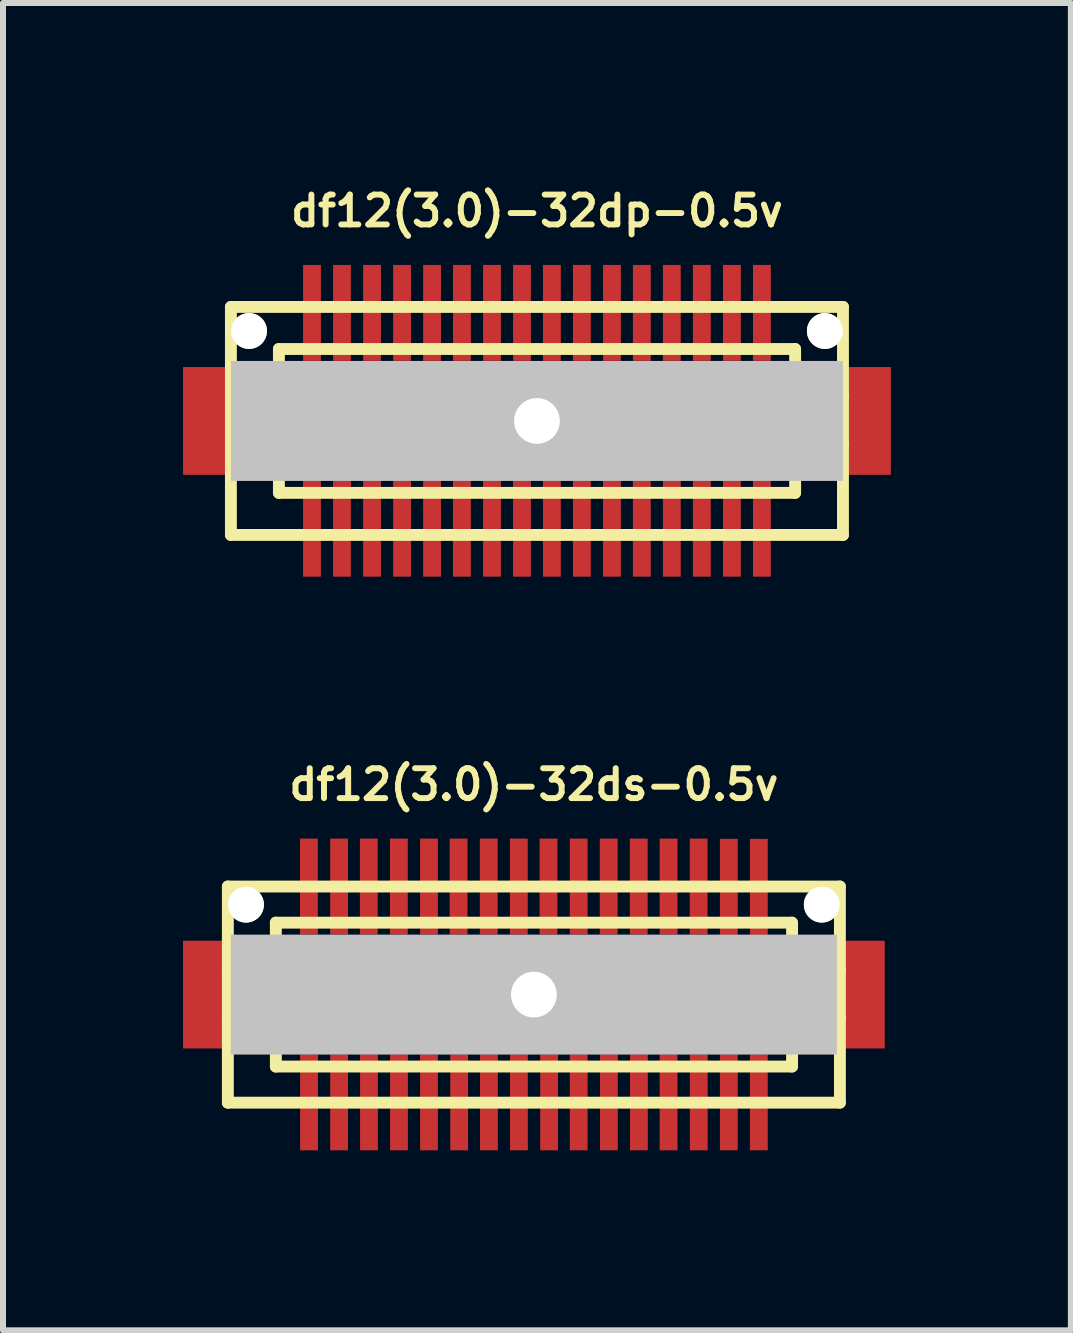
<source format=kicad_pcb>
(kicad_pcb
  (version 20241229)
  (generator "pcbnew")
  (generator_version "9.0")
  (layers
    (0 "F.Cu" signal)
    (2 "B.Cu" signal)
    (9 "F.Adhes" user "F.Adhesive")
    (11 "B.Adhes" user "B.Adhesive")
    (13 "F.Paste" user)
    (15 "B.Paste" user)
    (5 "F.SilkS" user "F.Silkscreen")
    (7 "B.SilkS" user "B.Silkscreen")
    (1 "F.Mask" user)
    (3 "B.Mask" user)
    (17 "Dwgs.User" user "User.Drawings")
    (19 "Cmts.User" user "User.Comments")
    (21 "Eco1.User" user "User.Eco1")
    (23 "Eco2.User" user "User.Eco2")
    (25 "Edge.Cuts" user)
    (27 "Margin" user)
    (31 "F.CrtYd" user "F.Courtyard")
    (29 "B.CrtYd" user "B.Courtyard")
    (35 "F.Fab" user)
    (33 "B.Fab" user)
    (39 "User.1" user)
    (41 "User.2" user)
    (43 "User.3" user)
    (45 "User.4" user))
  (footprint "df12(3.0)-32ds-0.5v"
    (layer "F.Cu")
    (at 5.847 13.525)
    (property "Reference" "df12(3.0)-32ds-0.5v" (at 0 -3.5 0) (layer "F.SilkS") (effects (font (size 0.498 0.498) (thickness 0.099))))
    (attr through_hole)
    (fp_line (start -5.1 -1.801) (end 5.1 -1.801) (stroke (width 0.198) (type solid)) (layer "F.SilkS"))
    (fp_line (start -5.1 1.801) (end -5.1 -1.801) (stroke (width 0.198) (type solid)) (layer "F.SilkS"))
    (fp_line (start -4.3 -1.199) (end 4.3 -1.199) (stroke (width 0.198) (type solid)) (layer "F.SilkS"))
    (fp_line (start -4.3 -0.399) (end -5.1 -0.399) (stroke (width 0.198) (type solid)) (layer "F.SilkS"))
    (fp_line (start -4.3 0.399) (end -5.1 0.399) (stroke (width 0.198) (type solid)) (layer "F.SilkS"))
    (fp_line (start -4.3 0.701) (end 4.3 0.701) (stroke (width 0.198) (type solid)) (layer "F.SilkS"))
    (fp_line (start -4.3 1.199) (end -4.3 -1.199) (stroke (width 0.198) (type solid)) (layer "F.SilkS"))
    (fp_line (start 4.3 -0.701) (end -4.3 -0.701) (stroke (width 0.198) (type solid)) (layer "F.SilkS"))
    (fp_line (start 4.3 1.199) (end -4.3 1.199) (stroke (width 0.198) (type solid)) (layer "F.SilkS"))
    (fp_line (start 4.303 -1.199) (end 4.303 1.199) (stroke (width 0.198) (type solid)) (layer "F.SilkS"))
    (fp_line (start 4.303 -0.399) (end 5.103 -0.399) (stroke (width 0.198) (type solid)) (layer "F.SilkS"))
    (fp_line (start 5.1 -1.801) (end 5.1 1.801) (stroke (width 0.198) (type solid)) (layer "F.SilkS"))
    (fp_line (start 5.1 1.801) (end -5.1 1.801) (stroke (width 0.198) (type solid)) (layer "F.SilkS"))
    (fp_line (start 5.103 0.399) (end 4.303 0.399) (stroke (width 0.198) (type solid)) (layer "F.SilkS"))
    (pad "" smd rect (at -5.448 0) (size 0.798 1.796) (layers "F.Cu" "F.Mask" "F.Paste"))
    (pad "" np_thru_hole circle (at -4.798 -1.499) (size 0.597 0.597) (drill 0.597) (layers "*.Cu" "*.Mask" "F.SilkS"))
    (pad "" np_thru_hole rect (at 0 0) (size 10.099 1.999) (drill 0.762) (layers "Dwgs.User"))
    (pad "" np_thru_hole circle (at 4.798 -1.499) (size 0.597 0.597) (drill 0.597) (layers "*.Cu" "*.Mask" "F.SilkS"))
    (pad "" smd rect (at 5.448 0) (size 0.798 1.796) (layers "F.Cu" "F.Mask" "F.Paste"))
    (pad "1" smd rect (at -3.747 1.796) (size 0.297 1.598) (layers "F.Cu" "F.Mask" "F.Paste"))
    (pad "2" smd rect (at -3.246 1.796) (size 0.297 1.598) (layers "F.Cu" "F.Mask" "F.Paste"))
    (pad "3" smd rect (at -2.748 1.796) (size 0.297 1.598) (layers "F.Cu" "F.Mask" "F.Paste"))
    (pad "4" smd rect (at -2.248 1.796) (size 0.297 1.598) (layers "F.Cu" "F.Mask" "F.Paste"))
    (pad "5" smd rect (at -1.748 1.796) (size 0.297 1.598) (layers "F.Cu" "F.Mask" "F.Paste"))
    (pad "6" smd rect (at -1.245 1.796) (size 0.297 1.598) (layers "F.Cu" "F.Mask" "F.Paste"))
    (pad "7" smd rect (at -0.749 1.796) (size 0.297 1.598) (layers "F.Cu" "F.Mask" "F.Paste"))
    (pad "8" smd rect (at -0.249 1.796) (size 0.297 1.598) (layers "F.Cu" "F.Mask" "F.Paste"))
    (pad "9" smd rect (at 0.254 1.796) (size 0.297 1.598) (layers "F.Cu" "F.Mask" "F.Paste"))
    (pad "10" smd rect (at 0.747 1.796) (size 0.297 1.598) (layers "F.Cu" "F.Mask" "F.Paste"))
    (pad "11" smd rect (at 1.25 1.796) (size 0.297 1.598) (layers "F.Cu" "F.Mask" "F.Paste"))
    (pad "12" smd rect (at 1.75 1.796) (size 0.297 1.598) (layers "F.Cu" "F.Mask" "F.Paste"))
    (pad "13" smd rect (at 2.245 1.796) (size 0.297 1.598) (layers "F.Cu" "F.Mask" "F.Paste"))
    (pad "14" smd rect (at 2.748 1.796) (size 0.297 1.598) (layers "F.Cu" "F.Mask" "F.Paste"))
    (pad "15" smd rect (at 3.249 1.796) (size 0.297 1.598) (layers "F.Cu" "F.Mask" "F.Paste"))
    (pad "16" smd rect (at 3.749 1.796) (size 0.297 1.598) (layers "F.Cu" "F.Mask" "F.Paste"))
    (pad "17" smd rect (at 3.749 -1.796) (size 0.297 1.598) (layers "F.Cu" "F.Mask" "F.Paste"))
    (pad "18" smd rect (at 3.249 -1.796) (size 0.297 1.598) (layers "F.Cu" "F.Mask" "F.Paste"))
    (pad "19" smd rect (at 2.746 -1.801) (size 0.297 1.598) (layers "F.Cu" "F.Mask" "F.Paste"))
    (pad "20" smd rect (at 2.245 -1.801) (size 0.297 1.598) (layers "F.Cu" "F.Mask" "F.Paste"))
    (pad "21" smd rect (at 1.748 -1.801) (size 0.297 1.598) (layers "F.Cu" "F.Mask" "F.Paste"))
    (pad "22" smd rect (at 1.247 -1.801) (size 0.297 1.598) (layers "F.Cu" "F.Mask" "F.Paste"))
    (pad "23" smd rect (at 0.747 -1.801) (size 0.297 1.598) (layers "F.Cu" "F.Mask" "F.Paste"))
    (pad "24" smd rect (at 0.244 -1.801) (size 0.297 1.598) (layers "F.Cu" "F.Mask" "F.Paste"))
    (pad "25" smd rect (at -0.251 -1.801) (size 0.297 1.598) (layers "F.Cu" "F.Mask" "F.Paste"))
    (pad "26" smd rect (at -0.752 -1.801) (size 0.297 1.598) (layers "F.Cu" "F.Mask" "F.Paste"))
    (pad "27" smd rect (at -1.255 -1.801) (size 0.297 1.598) (layers "F.Cu" "F.Mask" "F.Paste"))
    (pad "28" smd rect (at -1.748 -1.801) (size 0.297 1.598) (layers "F.Cu" "F.Mask" "F.Paste"))
    (pad "29" smd rect (at -2.25 -1.801) (size 0.297 1.598) (layers "F.Cu" "F.Mask" "F.Paste"))
    (pad "30" smd rect (at -2.751 -1.801) (size 0.297 1.598) (layers "F.Cu" "F.Mask" "F.Paste"))
    (pad "31" smd rect (at -3.246 -1.801) (size 0.297 1.598) (layers "F.Cu" "F.Mask" "F.Paste"))
    (pad "32" smd rect (at -3.749 -1.801) (size 0.297 1.598) (layers "F.Cu" "F.Mask" "F.Paste")))
  (footprint "df12(3.0)-32dp-0.5v"
    (layer "F.Cu")
    (at 5.898 3.965)
    (property "Reference" "df12(3.0)-32dp-0.5v" (at 0 -3.5 0) (layer "F.SilkS") (effects (font (size 0.498 0.498) (thickness 0.099))))
    (attr through_hole)
    (fp_line (start -5.1 -1.9) (end -5.1 1.9) (stroke (width 0.198) (type solid)) (layer "F.SilkS"))
    (fp_line (start -5.1 -1.9) (end 5.1 -1.9) (stroke (width 0.198) (type solid)) (layer "F.SilkS"))
    (fp_line (start -4.3 -0.399) (end -5.1 -0.399) (stroke (width 0.198) (type solid)) (layer "F.SilkS"))
    (fp_line (start -4.3 0.399) (end -5.1 0.399) (stroke (width 0.198) (type solid)) (layer "F.SilkS"))
    (fp_line (start -4.3 1.199) (end -4.3 -1.199) (stroke (width 0.198) (type solid)) (layer "F.SilkS"))
    (fp_line (start -4.3 1.199) (end 4.3 1.199) (stroke (width 0.198) (type solid)) (layer "F.SilkS"))
    (fp_line (start 4.3 -1.199) (end -4.3 -1.199) (stroke (width 0.198) (type solid)) (layer "F.SilkS"))
    (fp_line (start 4.303 -1.199) (end 4.303 1.199) (stroke (width 0.198) (type solid)) (layer "F.SilkS"))
    (fp_line (start 4.303 -0.399) (end 5.103 -0.399) (stroke (width 0.198) (type solid)) (layer "F.SilkS"))
    (fp_line (start 5.1 1.9) (end -5.1 1.9) (stroke (width 0.198) (type solid)) (layer "F.SilkS"))
    (fp_line (start 5.1 1.9) (end 5.1 -1.9) (stroke (width 0.198) (type solid)) (layer "F.SilkS"))
    (fp_line (start 5.103 0.399) (end 4.303 0.399) (stroke (width 0.198) (type solid)) (layer "F.SilkS"))
    (pad "" smd rect (at -5.499 0) (size 0.798 1.796) (layers "F.Cu" "F.Mask" "F.Paste"))
    (pad "" np_thru_hole circle (at -4.798 -1.499) (size 0.597 0.597) (drill 0.597) (layers "*.Cu" "*.Mask" "F.SilkS"))
    (pad "" np_thru_hole rect (at 0 0) (size 10.198 1.999) (drill 0.762) (layers "Dwgs.User"))
    (pad "" np_thru_hole circle (at 4.798 -1.499) (size 0.597 0.597) (drill 0.597) (layers "*.Cu" "*.Mask" "F.SilkS"))
    (pad "" smd rect (at 5.499 0) (size 0.798 1.796) (layers "F.Cu" "F.Mask" "F.Paste"))
    (pad "1" smd rect (at 3.749 1.796) (size 0.297 1.598) (layers "F.Cu" "F.Mask" "F.Paste"))
    (pad "2" smd rect (at 3.249 1.796) (size 0.297 1.598) (layers "F.Cu" "F.Mask" "F.Paste"))
    (pad "3" smd rect (at 2.748 1.796) (size 0.297 1.598) (layers "F.Cu" "F.Mask" "F.Paste"))
    (pad "4" smd rect (at 2.248 1.796) (size 0.297 1.598) (layers "F.Cu" "F.Mask" "F.Paste"))
    (pad "5" smd rect (at 1.748 1.796) (size 0.297 1.598) (layers "F.Cu" "F.Mask" "F.Paste"))
    (pad "6" smd rect (at 1.25 1.796) (size 0.297 1.598) (layers "F.Cu" "F.Mask" "F.Paste"))
    (pad "7" smd rect (at 0.749 1.796) (size 0.297 1.598) (layers "F.Cu" "F.Mask" "F.Paste"))
    (pad "8" smd rect (at 0.249 1.796) (size 0.297 1.598) (layers "F.Cu" "F.Mask" "F.Paste"))
    (pad "9" smd rect (at -0.249 1.796) (size 0.297 1.598) (layers "F.Cu" "F.Mask" "F.Paste"))
    (pad "10" smd rect (at -0.749 1.796) (size 0.297 1.598) (layers "F.Cu" "F.Mask" "F.Paste"))
    (pad "11" smd rect (at -1.25 1.796) (size 0.297 1.598) (layers "F.Cu" "F.Mask" "F.Paste"))
    (pad "12" smd rect (at -1.748 1.796) (size 0.297 1.598) (layers "F.Cu" "F.Mask" "F.Paste"))
    (pad "13" smd rect (at -2.248 1.796) (size 0.297 1.598) (layers "F.Cu" "F.Mask" "F.Paste"))
    (pad "14" smd rect (at -2.748 1.796) (size 0.297 1.598) (layers "F.Cu" "F.Mask" "F.Paste"))
    (pad "15" smd rect (at -3.249 1.796) (size 0.297 1.598) (layers "F.Cu" "F.Mask" "F.Paste"))
    (pad "16" smd rect (at -3.749 1.796) (size 0.297 1.598) (layers "F.Cu" "F.Mask" "F.Paste"))
    (pad "17" smd rect (at -3.749 -1.801) (size 0.297 1.598) (layers "F.Cu" "F.Mask" "F.Paste"))
    (pad "18" smd rect (at -3.249 -1.801) (size 0.297 1.598) (layers "F.Cu" "F.Mask" "F.Paste"))
    (pad "19" smd rect (at -2.748 -1.801) (size 0.297 1.598) (layers "F.Cu" "F.Mask" "F.Paste"))
    (pad "20" smd rect (at -2.248 -1.801) (size 0.297 1.598) (layers "F.Cu" "F.Mask" "F.Paste"))
    (pad "21" smd rect (at -1.748 -1.801) (size 0.297 1.598) (layers "F.Cu" "F.Mask" "F.Paste"))
    (pad "22" smd rect (at -1.25 -1.801) (size 0.297 1.598) (layers "F.Cu" "F.Mask" "F.Paste"))
    (pad "23" smd rect (at -0.749 -1.801) (size 0.297 1.598) (layers "F.Cu" "F.Mask" "F.Paste"))
    (pad "24" smd rect (at -0.249 -1.801) (size 0.297 1.598) (layers "F.Cu" "F.Mask" "F.Paste"))
    (pad "25" smd rect (at 0.249 -1.801) (size 0.297 1.598) (layers "F.Cu" "F.Mask" "F.Paste"))
    (pad "26" smd rect (at 0.749 -1.801) (size 0.297 1.598) (layers "F.Cu" "F.Mask" "F.Paste"))
    (pad "27" smd rect (at 1.25 -1.801) (size 0.297 1.598) (layers "F.Cu" "F.Mask" "F.Paste"))
    (pad "28" smd rect (at 1.748 -1.801) (size 0.297 1.598) (layers "F.Cu" "F.Mask" "F.Paste"))
    (pad "29" smd rect (at 2.248 -1.801) (size 0.297 1.598) (layers "F.Cu" "F.Mask" "F.Paste"))
    (pad "30" smd rect (at 2.748 -1.801) (size 0.297 1.598) (layers "F.Cu" "F.Mask" "F.Paste"))
    (pad "31" smd rect (at 3.249 -1.801) (size 0.297 1.598) (layers "F.Cu" "F.Mask" "F.Paste"))
    (pad "32" smd rect (at 3.749 -1.801) (size 0.297 1.598) (layers "F.Cu" "F.Mask" "F.Paste")))
  (gr_rect
    (start -3 -3)
    (end 14.796 19.12)
    (stroke (width 0.1) (type default))
    (fill no)
    (layer "Edge.Cuts")))
</source>
